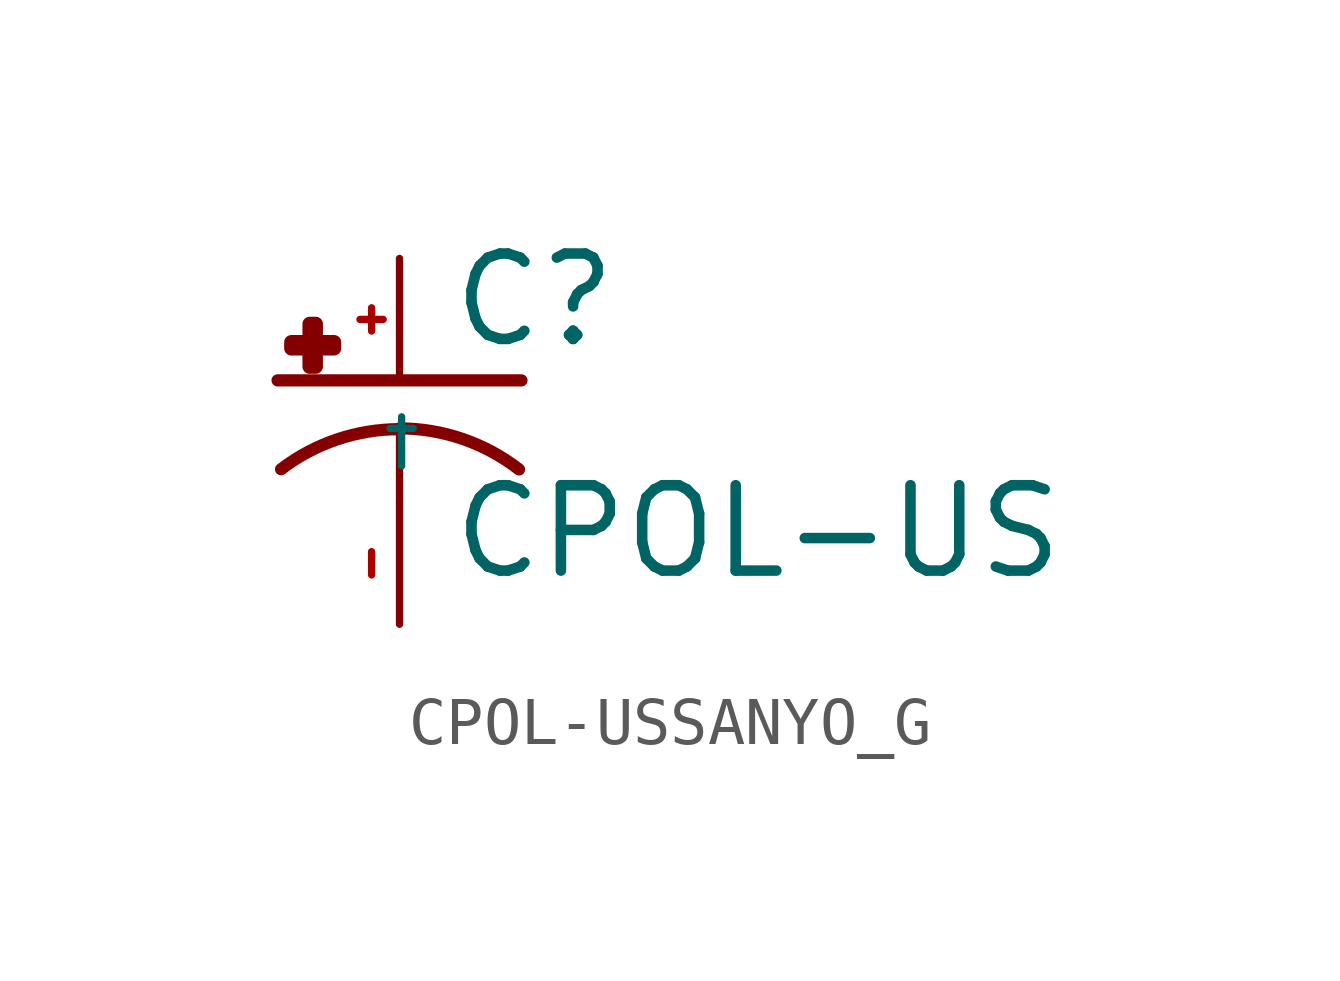
<source format=kicad_sym>
(kicad_symbol_lib
  (version 20220914)
  (generator Eagle2Kicad)
  (symbol "CPOL-USSANYO_G"
    (property "Reference" "C"
      (at 1.016 0.635 0)
      (effects (font (size 1.778 1.778) (thickness 0.22)) (justify left bottom)))
    (property "Value" "CPOL-US"
      (at 1.016 -4.191 0)
      (effects (font (size 1.778 1.778) (thickness 0.22)) (justify left bottom)))
    (polyline
      (pts (xy -2.54 0) (xy 2.54 0))
      (stroke (width 0.254) (type default))
      (fill (type none)))
    (polyline
      (pts (xy 0 -1.016) (xy 0 -2.54))
      (stroke (width 0.152) (type default))
      (fill (type none)))
    (arc
      (start 2.4892 -1.8542)
      (mid 1.316 -1.220)
      (end 0 -1)
      (stroke (width 0.254) (type default))
      (fill (type none)))
    (arc
      (start 0 -1.0161)
      (mid -1.302 -1.230)
      (end -2.4669 -1.8504)
      (stroke (width 0.254) (type default))
      (fill (type none)))
    (rectangle
      (start -2.253 0.668)
      (end -1.364 0.795)
      (stroke (width 0.3) (type default))
      (fill (type outline)))
    (rectangle
      (start -1.872 0.287)
      (end -1.745 1.176)
      (stroke (width 0.3) (type default))
      (fill (type outline)))
    (pin passive line
      (at 0 2.54 270)
      (length 2.54)
      (name "+" (effects (font (size 0.635 0.635) (thickness 0.08)) (justify left bottom)))
      (number "+" (effects (font (size 0.635 0.635) (thickness 0.08)) (justify left bottom))))
    (pin passive line
      (at 0 -5.08 90)
      (length 2.54)
      (name "-" (effects (font (size 0.635 0.635) (thickness 0.08)) (justify left bottom)))
      (number "-" (effects (font (size 0.635 0.635) (thickness 0.08)) (justify left bottom))))))
</source>
